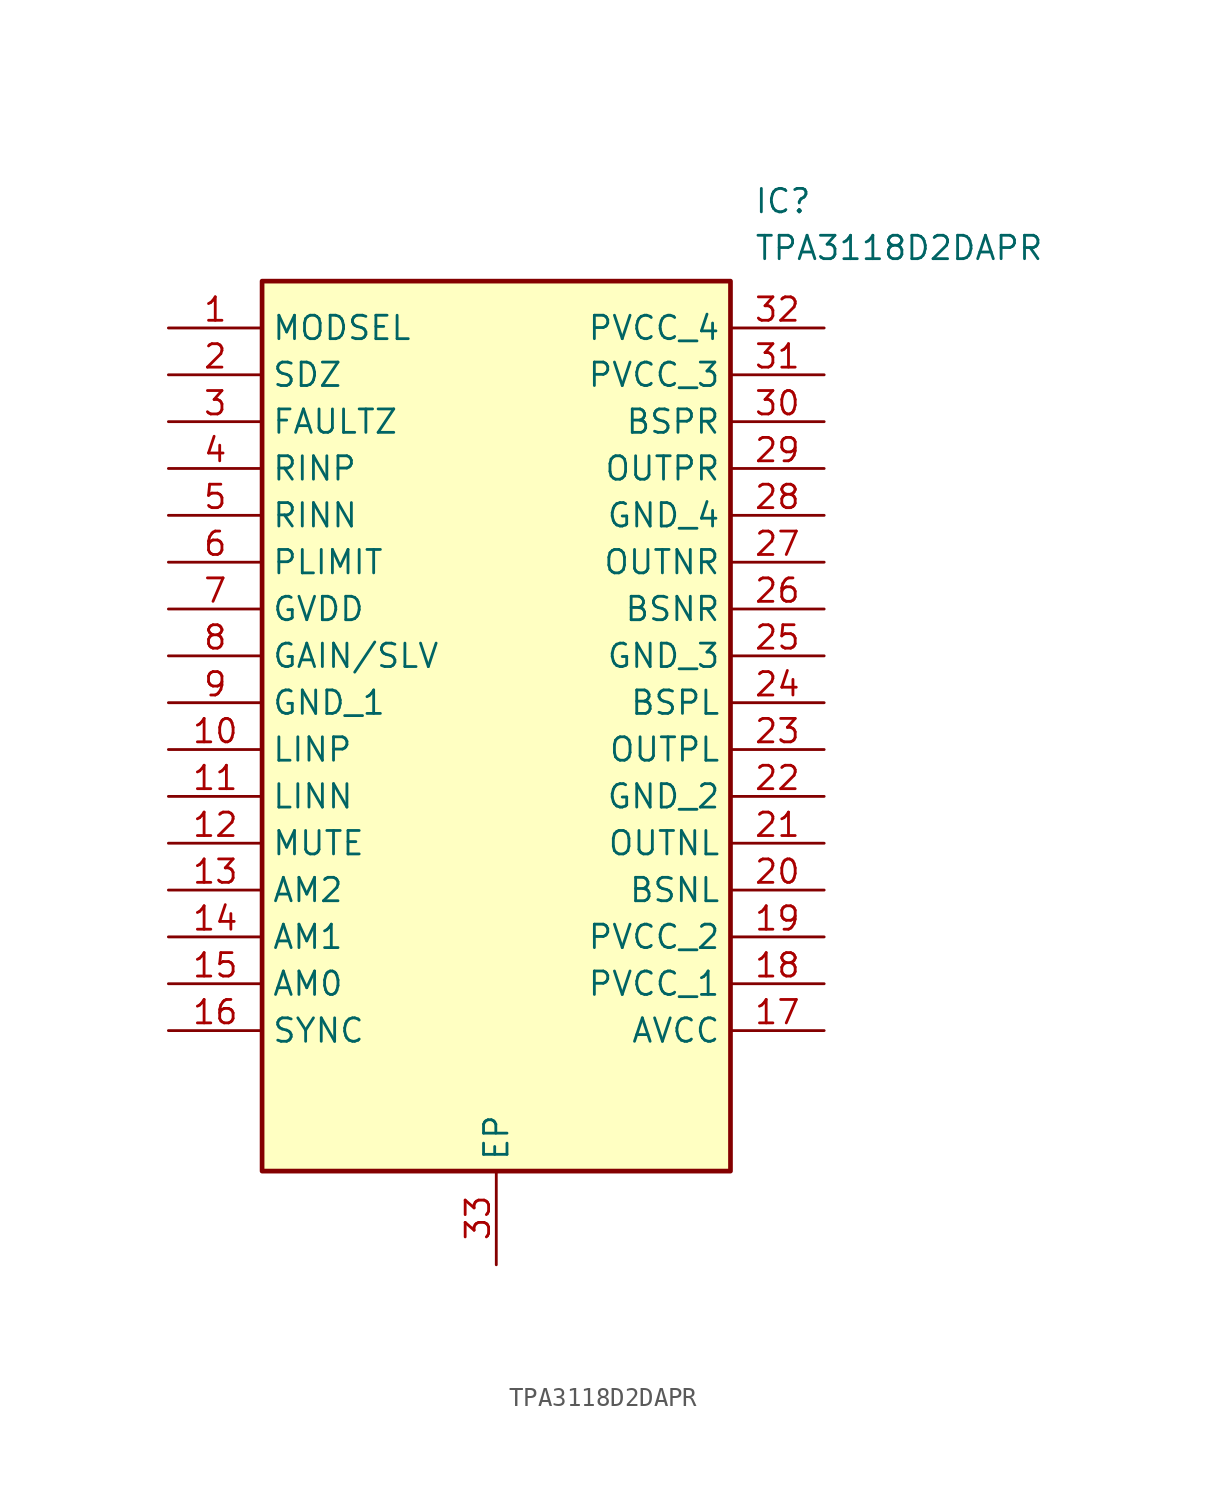
<source format=kicad_sym>
(kicad_symbol_lib
  (version 20211014)
  (generator SamacSys_ECAD_Model)
  (symbol "TPA3118D2DAPR"
    (property "Reference" "IC"
      (at 31.75 7.62 0)
      (effects (font (size 1.27 1.27)) (justify left top)))
    (property "Value" "TPA3118D2DAPR"
      (at 31.75 5.08 0)
      (effects (font (size 1.27 1.27)) (justify left top)))
    (rectangle
      (start 5.08 2.54)
      (end 30.48 -45.72)
      (stroke (width 0.254) (type default))
      (fill (type background)))
    (pin passive line
      (at 0 0 0)
      (length 5.08)
      (name "MODSEL" (effects (font (size 1.27 1.27))))
      (number "1" (effects (font (size 1.27 1.27)))))
    (pin passive line
      (at 0 -2.54 0)
      (length 5.08)
      (name "SDZ" (effects (font (size 1.27 1.27))))
      (number "2" (effects (font (size 1.27 1.27)))))
    (pin passive line
      (at 0 -5.08 0)
      (length 5.08)
      (name "FAULTZ" (effects (font (size 1.27 1.27))))
      (number "3" (effects (font (size 1.27 1.27)))))
    (pin passive line
      (at 0 -7.62 0)
      (length 5.08)
      (name "RINP" (effects (font (size 1.27 1.27))))
      (number "4" (effects (font (size 1.27 1.27)))))
    (pin passive line
      (at 0 -10.16 0)
      (length 5.08)
      (name "RINN" (effects (font (size 1.27 1.27))))
      (number "5" (effects (font (size 1.27 1.27)))))
    (pin passive line
      (at 0 -12.7 0)
      (length 5.08)
      (name "PLIMIT" (effects (font (size 1.27 1.27))))
      (number "6" (effects (font (size 1.27 1.27)))))
    (pin passive line
      (at 0 -15.24 0)
      (length 5.08)
      (name "GVDD" (effects (font (size 1.27 1.27))))
      (number "7" (effects (font (size 1.27 1.27)))))
    (pin passive line
      (at 0 -17.78 0)
      (length 5.08)
      (name "GAIN/SLV" (effects (font (size 1.27 1.27))))
      (number "8" (effects (font (size 1.27 1.27)))))
    (pin passive line
      (at 0 -20.32 0)
      (length 5.08)
      (name "GND_1" (effects (font (size 1.27 1.27))))
      (number "9" (effects (font (size 1.27 1.27)))))
    (pin passive line
      (at 0 -22.86 0)
      (length 5.08)
      (name "LINP" (effects (font (size 1.27 1.27))))
      (number "10" (effects (font (size 1.27 1.27)))))
    (pin passive line
      (at 0 -25.4 0)
      (length 5.08)
      (name "LINN" (effects (font (size 1.27 1.27))))
      (number "11" (effects (font (size 1.27 1.27)))))
    (pin passive line
      (at 0 -27.94 0)
      (length 5.08)
      (name "MUTE" (effects (font (size 1.27 1.27))))
      (number "12" (effects (font (size 1.27 1.27)))))
    (pin passive line
      (at 0 -30.48 0)
      (length 5.08)
      (name "AM2" (effects (font (size 1.27 1.27))))
      (number "13" (effects (font (size 1.27 1.27)))))
    (pin passive line
      (at 0 -33.02 0)
      (length 5.08)
      (name "AM1" (effects (font (size 1.27 1.27))))
      (number "14" (effects (font (size 1.27 1.27)))))
    (pin passive line
      (at 0 -35.56 0)
      (length 5.08)
      (name "AM0" (effects (font (size 1.27 1.27))))
      (number "15" (effects (font (size 1.27 1.27)))))
    (pin passive line
      (at 0 -38.1 0)
      (length 5.08)
      (name "SYNC" (effects (font (size 1.27 1.27))))
      (number "16" (effects (font (size 1.27 1.27)))))
    (pin passive line
      (at 17.78 -50.8 90)
      (length 5.08)
      (name "EP" (effects (font (size 1.27 1.27))))
      (number "33" (effects (font (size 1.27 1.27)))))
    (pin passive line
      (at 35.56 0 180)
      (length 5.08)
      (name "PVCC_4" (effects (font (size 1.27 1.27))))
      (number "32" (effects (font (size 1.27 1.27)))))
    (pin passive line
      (at 35.56 -2.54 180)
      (length 5.08)
      (name "PVCC_3" (effects (font (size 1.27 1.27))))
      (number "31" (effects (font (size 1.27 1.27)))))
    (pin passive line
      (at 35.56 -5.08 180)
      (length 5.08)
      (name "BSPR" (effects (font (size 1.27 1.27))))
      (number "30" (effects (font (size 1.27 1.27)))))
    (pin passive line
      (at 35.56 -7.62 180)
      (length 5.08)
      (name "OUTPR" (effects (font (size 1.27 1.27))))
      (number "29" (effects (font (size 1.27 1.27)))))
    (pin passive line
      (at 35.56 -10.16 180)
      (length 5.08)
      (name "GND_4" (effects (font (size 1.27 1.27))))
      (number "28" (effects (font (size 1.27 1.27)))))
    (pin passive line
      (at 35.56 -12.7 180)
      (length 5.08)
      (name "OUTNR" (effects (font (size 1.27 1.27))))
      (number "27" (effects (font (size 1.27 1.27)))))
    (pin passive line
      (at 35.56 -15.24 180)
      (length 5.08)
      (name "BSNR" (effects (font (size 1.27 1.27))))
      (number "26" (effects (font (size 1.27 1.27)))))
    (pin passive line
      (at 35.56 -17.78 180)
      (length 5.08)
      (name "GND_3" (effects (font (size 1.27 1.27))))
      (number "25" (effects (font (size 1.27 1.27)))))
    (pin passive line
      (at 35.56 -20.32 180)
      (length 5.08)
      (name "BSPL" (effects (font (size 1.27 1.27))))
      (number "24" (effects (font (size 1.27 1.27)))))
    (pin passive line
      (at 35.56 -22.86 180)
      (length 5.08)
      (name "OUTPL" (effects (font (size 1.27 1.27))))
      (number "23" (effects (font (size 1.27 1.27)))))
    (pin passive line
      (at 35.56 -25.4 180)
      (length 5.08)
      (name "GND_2" (effects (font (size 1.27 1.27))))
      (number "22" (effects (font (size 1.27 1.27)))))
    (pin passive line
      (at 35.56 -27.94 180)
      (length 5.08)
      (name "OUTNL" (effects (font (size 1.27 1.27))))
      (number "21" (effects (font (size 1.27 1.27)))))
    (pin passive line
      (at 35.56 -30.48 180)
      (length 5.08)
      (name "BSNL" (effects (font (size 1.27 1.27))))
      (number "20" (effects (font (size 1.27 1.27)))))
    (pin passive line
      (at 35.56 -33.02 180)
      (length 5.08)
      (name "PVCC_2" (effects (font (size 1.27 1.27))))
      (number "19" (effects (font (size 1.27 1.27)))))
    (pin passive line
      (at 35.56 -35.56 180)
      (length 5.08)
      (name "PVCC_1" (effects (font (size 1.27 1.27))))
      (number "18" (effects (font (size 1.27 1.27)))))
    (pin passive line
      (at 35.56 -38.1 180)
      (length 5.08)
      (name "AVCC" (effects (font (size 1.27 1.27))))
      (number "17" (effects (font (size 1.27 1.27)))))))
</source>
